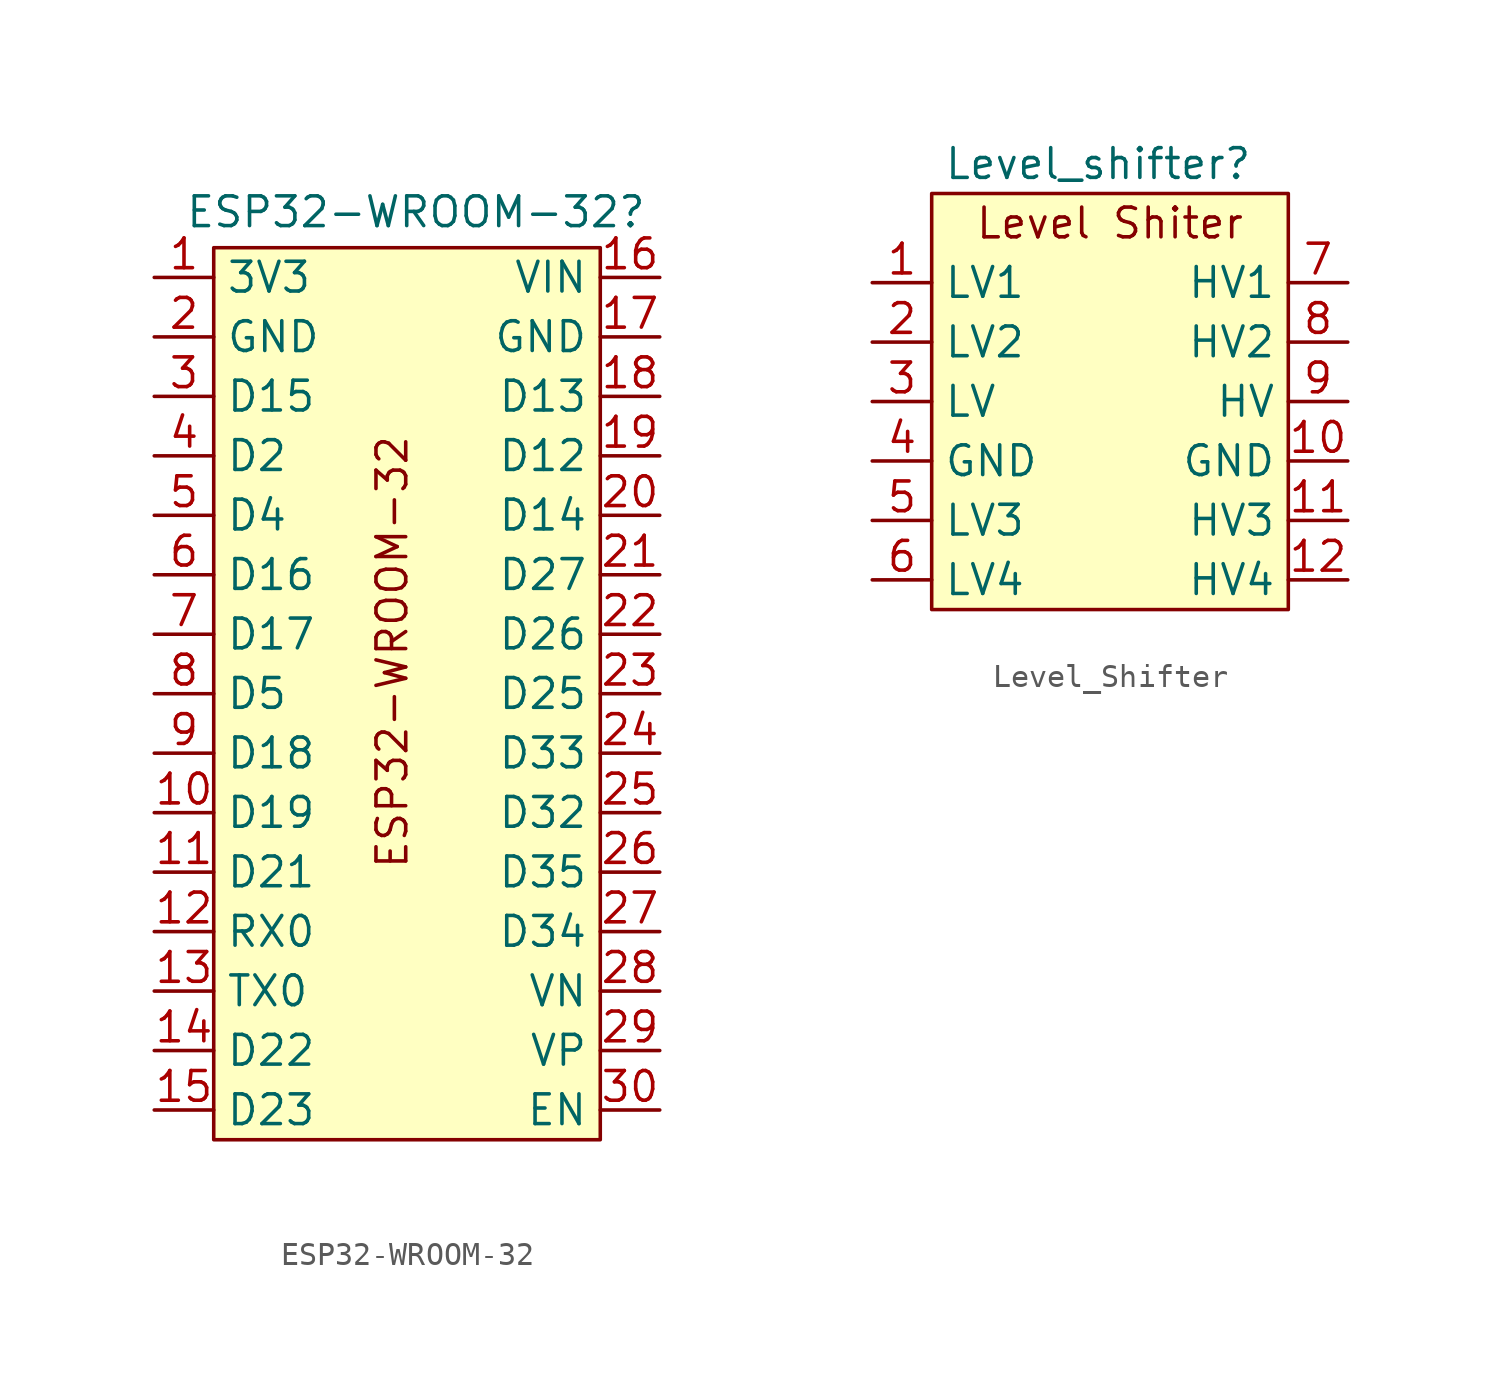
<source format=kicad_sym>
(kicad_symbol_lib
  (version 20241209)
  (generator "kicad_symbol_editor")
  (generator_version "9.0")
  (symbol "ESP32-WROOM-32"
    (property "Reference" "ESP32-WROOM-32"
      (at 8.636 1.524 0)
      (effects (font (size 1.27 1.27))))
    (property "Value" ""
      (at 0 0 0)
      (effects (font (size 1.27 1.27))))
    (symbol "ESP32-WROOM-32_1_1"
      (rectangle (start 0 0) (end 16.51 -38.1) (stroke (width 0) (type solid)) (fill (type background)))
      (text "ESP32-WROOM-32" (at 7.62 -17.272 900) (effects (font (size 1.27 1.27))))
      (pin bidirectional line (at -2.54 -1.27 0) (length 2.54) (name "3V3" (effects (font (size 1.27 1.27)))) (number "1" (effects (font (size 1.27 1.27)))))
      (pin bidirectional line (at -2.54 -3.81 0) (length 2.54) (name "GND" (effects (font (size 1.27 1.27)))) (number "2" (effects (font (size 1.27 1.27)))))
      (pin bidirectional line (at -2.54 -6.35 0) (length 2.54) (name "D15" (effects (font (size 1.27 1.27)))) (number "3" (effects (font (size 1.27 1.27)))))
      (pin bidirectional line (at -2.54 -8.89 0) (length 2.54) (name "D2" (effects (font (size 1.27 1.27)))) (number "4" (effects (font (size 1.27 1.27)))))
      (pin bidirectional line (at -2.54 -11.43 0) (length 2.54) (name "D4" (effects (font (size 1.27 1.27)))) (number "5" (effects (font (size 1.27 1.27)))))
      (pin bidirectional line (at -2.54 -13.97 0) (length 2.54) (name "D16" (effects (font (size 1.27 1.27)))) (number "6" (effects (font (size 1.27 1.27)))))
      (pin bidirectional line (at -2.54 -16.51 0) (length 2.54) (name "D17" (effects (font (size 1.27 1.27)))) (number "7" (effects (font (size 1.27 1.27)))))
      (pin bidirectional line (at -2.54 -19.05 0) (length 2.54) (name "D5" (effects (font (size 1.27 1.27)))) (number "8" (effects (font (size 1.27 1.27)))))
      (pin bidirectional line (at -2.54 -21.59 0) (length 2.54) (name "D18" (effects (font (size 1.27 1.27)))) (number "9" (effects (font (size 1.27 1.27)))))
      (pin bidirectional line (at -2.54 -24.13 0) (length 2.54) (name "D19" (effects (font (size 1.27 1.27)))) (number "10" (effects (font (size 1.27 1.27)))))
      (pin bidirectional line (at -2.54 -26.67 0) (length 2.54) (name "D21" (effects (font (size 1.27 1.27)))) (number "11" (effects (font (size 1.27 1.27)))))
      (pin bidirectional line (at -2.54 -29.21 0) (length 2.54) (name "RX0" (effects (font (size 1.27 1.27)))) (number "12" (effects (font (size 1.27 1.27)))))
      (pin bidirectional line (at -2.54 -31.75 0) (length 2.54) (name "TX0" (effects (font (size 1.27 1.27)))) (number "13" (effects (font (size 1.27 1.27)))))
      (pin bidirectional line (at -2.54 -34.29 0) (length 2.54) (name "D22" (effects (font (size 1.27 1.27)))) (number "14" (effects (font (size 1.27 1.27)))))
      (pin bidirectional line (at -2.54 -36.83 0) (length 2.54) (name "D23" (effects (font (size 1.27 1.27)))) (number "15" (effects (font (size 1.27 1.27)))))
      (pin bidirectional line (at 19.05 -1.27 180) (length 2.54) (name "VIN" (effects (font (size 1.27 1.27)))) (number "16" (effects (font (size 1.27 1.27)))))
      (pin bidirectional line (at 19.05 -3.81 180) (length 2.54) (name "GND" (effects (font (size 1.27 1.27)))) (number "17" (effects (font (size 1.27 1.27)))))
      (pin bidirectional line (at 19.05 -6.35 180) (length 2.54) (name "D13" (effects (font (size 1.27 1.27)))) (number "18" (effects (font (size 1.27 1.27)))))
      (pin bidirectional line (at 19.05 -8.89 180) (length 2.54) (name "D12" (effects (font (size 1.27 1.27)))) (number "19" (effects (font (size 1.27 1.27)))))
      (pin bidirectional line (at 19.05 -11.43 180) (length 2.54) (name "D14" (effects (font (size 1.27 1.27)))) (number "20" (effects (font (size 1.27 1.27)))))
      (pin bidirectional line (at 19.05 -13.97 180) (length 2.54) (name "D27" (effects (font (size 1.27 1.27)))) (number "21" (effects (font (size 1.27 1.27)))))
      (pin bidirectional line (at 19.05 -16.51 180) (length 2.54) (name "D26" (effects (font (size 1.27 1.27)))) (number "22" (effects (font (size 1.27 1.27)))))
      (pin bidirectional line (at 19.05 -19.05 180) (length 2.54) (name "D25" (effects (font (size 1.27 1.27)))) (number "23" (effects (font (size 1.27 1.27)))))
      (pin bidirectional line (at 19.05 -21.59 180) (length 2.54) (name "D33" (effects (font (size 1.27 1.27)))) (number "24" (effects (font (size 1.27 1.27)))))
      (pin bidirectional line (at 19.05 -24.13 180) (length 2.54) (name "D32" (effects (font (size 1.27 1.27)))) (number "25" (effects (font (size 1.27 1.27)))))
      (pin bidirectional line (at 19.05 -26.67 180) (length 2.54) (name "D35" (effects (font (size 1.27 1.27)))) (number "26" (effects (font (size 1.27 1.27)))))
      (pin bidirectional line (at 19.05 -29.21 180) (length 2.54) (name "D34" (effects (font (size 1.27 1.27)))) (number "27" (effects (font (size 1.27 1.27)))))
      (pin bidirectional line (at 19.05 -31.75 180) (length 2.54) (name "VN" (effects (font (size 1.27 1.27)))) (number "28" (effects (font (size 1.27 1.27)))))
      (pin bidirectional line (at 19.05 -34.29 180) (length 2.54) (name "VP" (effects (font (size 1.27 1.27)))) (number "29" (effects (font (size 1.27 1.27)))))
      (pin bidirectional line (at 19.05 -36.83 180) (length 2.54) (name "EN" (effects (font (size 1.27 1.27)))) (number "30" (effects (font (size 1.27 1.27)))))))
  (symbol "Level_Shifter"
    (property "Reference" "Level_shifter"
      (at 7.112 1.27 0)
      (effects (font (size 1.27 1.27))))
    (property "Value" ""
      (at 0 0 0)
      (effects (font (size 1.27 1.27))))
    (symbol "Level_Shifter_1_1"
      (rectangle (start 0 0) (end 15.24 -17.78) (stroke (width 0) (type solid)) (fill (type background)))
      (text "Level Shiter" (at 7.62 -1.27 0) (effects (font (size 1.27 1.27))))
      (pin bidirectional line (at -2.54 -3.81 0) (length 2.54) (name "LV1" (effects (font (size 1.27 1.27)))) (number "1" (effects (font (size 1.27 1.27)))))
      (pin bidirectional line (at -2.54 -6.35 0) (length 2.54) (name "LV2" (effects (font (size 1.27 1.27)))) (number "2" (effects (font (size 1.27 1.27)))))
      (pin input line (at -2.54 -8.89 0) (length 2.54) (name "LV" (effects (font (size 1.27 1.27)))) (number "3" (effects (font (size 1.27 1.27)))))
      (pin input line (at -2.54 -11.43 0) (length 2.54) (name "GND" (effects (font (size 1.27 1.27)))) (number "4" (effects (font (size 1.27 1.27)))))
      (pin bidirectional line (at -2.54 -13.97 0) (length 2.54) (name "LV3" (effects (font (size 1.27 1.27)))) (number "5" (effects (font (size 1.27 1.27)))))
      (pin bidirectional line (at -2.54 -16.51 0) (length 2.54) (name "LV4" (effects (font (size 1.27 1.27)))) (number "6" (effects (font (size 1.27 1.27)))))
      (pin bidirectional line (at 17.78 -3.81 180) (length 2.54) (name "HV1" (effects (font (size 1.27 1.27)))) (number "7" (effects (font (size 1.27 1.27)))))
      (pin bidirectional line (at 17.78 -6.35 180) (length 2.54) (name "HV2" (effects (font (size 1.27 1.27)))) (number "8" (effects (font (size 1.27 1.27)))))
      (pin input line (at 17.78 -8.89 180) (length 2.54) (name "HV" (effects (font (size 1.27 1.27)))) (number "9" (effects (font (size 1.27 1.27)))))
      (pin input line (at 17.78 -11.43 180) (length 2.54) (name "GND" (effects (font (size 1.27 1.27)))) (number "10" (effects (font (size 1.27 1.27)))))
      (pin bidirectional line (at 17.78 -13.97 180) (length 2.54) (name "HV3" (effects (font (size 1.27 1.27)))) (number "11" (effects (font (size 1.27 1.27)))))
      (pin bidirectional line (at 17.78 -16.51 180) (length 2.54) (name "HV4" (effects (font (size 1.27 1.27)))) (number "12" (effects (font (size 1.27 1.27))))))))
</source>
